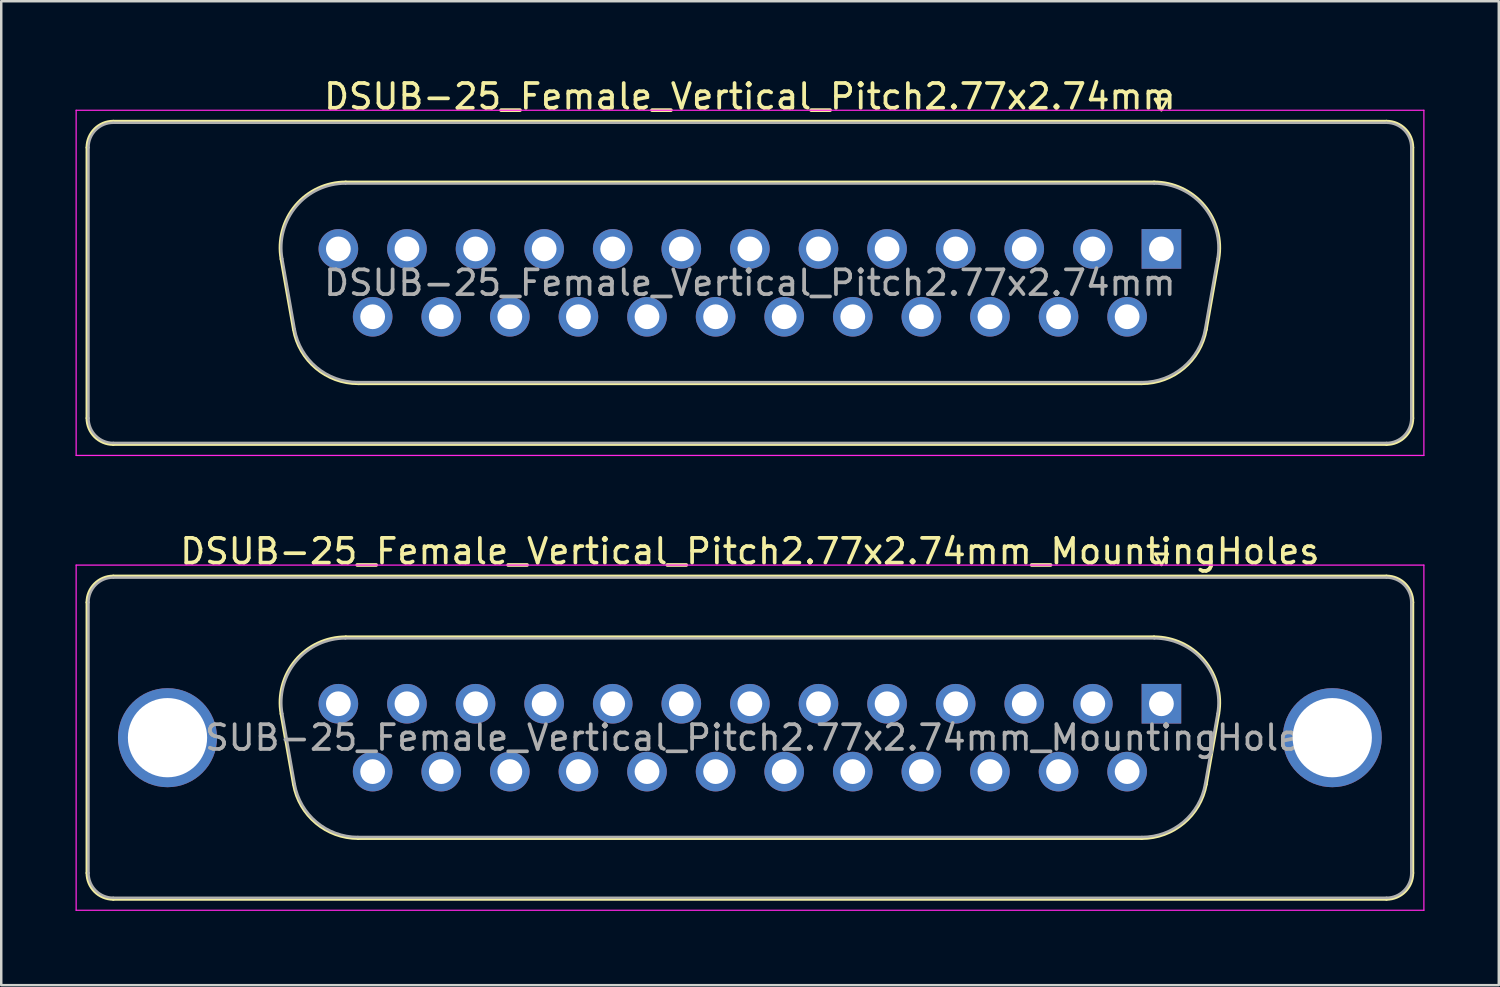
<source format=kicad_pcb>
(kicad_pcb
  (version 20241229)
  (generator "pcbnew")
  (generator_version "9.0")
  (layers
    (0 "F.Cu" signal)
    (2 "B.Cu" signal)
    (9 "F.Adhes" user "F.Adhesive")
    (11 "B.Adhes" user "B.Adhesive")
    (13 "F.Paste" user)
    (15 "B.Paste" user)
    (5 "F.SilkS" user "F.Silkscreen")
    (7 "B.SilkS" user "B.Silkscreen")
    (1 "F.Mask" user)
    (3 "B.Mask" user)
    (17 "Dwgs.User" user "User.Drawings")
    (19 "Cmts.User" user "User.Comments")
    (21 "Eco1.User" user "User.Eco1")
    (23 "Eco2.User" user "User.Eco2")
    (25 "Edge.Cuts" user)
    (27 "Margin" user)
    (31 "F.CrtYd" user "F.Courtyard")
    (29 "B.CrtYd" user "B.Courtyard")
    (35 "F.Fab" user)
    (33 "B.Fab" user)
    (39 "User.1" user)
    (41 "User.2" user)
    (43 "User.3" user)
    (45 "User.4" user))
  (footprint "DSUB-25_Female_Vertical_Pitch2.77x2.74mm"
    (layer "F.Cu")
    (at 43.855 7.003)
    (property "Reference" "DSUB-25_Female_Vertical_Pitch2.77x2.74mm" (at -16.62 -6.155 0) (layer "F.SilkS") (effects (font (size 1 1) (thickness 0.15))))
    (attr through_hole)
    (fp_line (start -43.39 6.835) (end -43.39 -4.095) (stroke (width 0.12) (type solid)) (layer "F.SilkS"))
    (fp_line (start -42.33 -5.155) (end 9.09 -5.155) (stroke (width 0.12) (type solid)) (layer "F.SilkS"))
    (fp_line (start -35.552 0.41) (end -35.051 3.25) (stroke (width 0.12) (type solid)) (layer "F.SilkS"))
    (fp_line (start -32.942 -2.7) (end -0.298 -2.7) (stroke (width 0.12) (type solid)) (layer "F.SilkS"))
    (fp_line (start -32.441 5.44) (end -0.799 5.44) (stroke (width 0.12) (type solid)) (layer "F.SilkS"))
    (fp_line (start -0.25 -6.049) (end 0.25 -6.049) (stroke (width 0.12) (type solid)) (layer "F.SilkS"))
    (fp_line (start 0 -5.616) (end -0.25 -6.049) (stroke (width 0.12) (type solid)) (layer "F.SilkS"))
    (fp_line (start 0.25 -6.049) (end 0 -5.616) (stroke (width 0.12) (type solid)) (layer "F.SilkS"))
    (fp_line (start 2.312 0.41) (end 1.811 3.25) (stroke (width 0.12) (type solid)) (layer "F.SilkS"))
    (fp_line (start 9.09 7.895) (end -42.33 7.895) (stroke (width 0.12) (type solid)) (layer "F.SilkS"))
    (fp_line (start 10.15 -4.095) (end 10.15 6.835) (stroke (width 0.12) (type solid)) (layer "F.SilkS"))
    (fp_arc (start -43.39 -4.095) (mid -43.079533 -4.844533) (end -42.33 -5.155) (stroke (width 0.12) (type solid)) (layer "F.SilkS"))
    (fp_arc (start -42.33 7.895) (mid -43.079533 7.584533) (end -43.39 6.835) (stroke (width 0.12) (type solid)) (layer "F.SilkS"))
    (fp_arc (start -35.551594 0.410168) (mid -34.971871 -1.753387) (end -32.941853 -2.7) (stroke (width 0.12) (type solid)) (layer "F.SilkS"))
    (fp_arc (start -32.441084 5.44) (mid -34.144471 4.820018) (end -35.050825 3.250168) (stroke (width 0.12) (type solid)) (layer "F.SilkS"))
    (fp_arc (start -0.298147 -2.7) (mid 1.731871 -1.753387) (end 2.311594 0.410168) (stroke (width 0.12) (type solid)) (layer "F.SilkS"))
    (fp_arc (start 1.810825 3.250168) (mid 0.904471 4.820018) (end -0.798916 5.44) (stroke (width 0.12) (type solid)) (layer "F.SilkS"))
    (fp_arc (start 9.09 -5.155) (mid 9.839533 -4.844533) (end 10.15 -4.095) (stroke (width 0.12) (type solid)) (layer "F.SilkS"))
    (fp_arc (start 10.15 6.835) (mid 9.839533 7.584533) (end 9.09 7.895) (stroke (width 0.12) (type solid)) (layer "F.SilkS"))
    (fp_line (start -43.83 -5.6) (end -43.83 8.34) (stroke (width 0.05) (type solid)) (layer "F.CrtYd"))
    (fp_line (start -43.83 8.34) (end 10.6 8.34) (stroke (width 0.05) (type solid)) (layer "F.CrtYd"))
    (fp_line (start 10.6 -5.6) (end -43.83 -5.6) (stroke (width 0.05) (type solid)) (layer "F.CrtYd"))
    (fp_line (start 10.6 8.34) (end 10.6 -5.6) (stroke (width 0.05) (type solid)) (layer "F.CrtYd"))
    (fp_line (start -43.33 6.835) (end -43.33 -4.095) (stroke (width 0.1) (type solid)) (layer "F.Fab"))
    (fp_line (start -42.33 -5.095) (end 9.09 -5.095) (stroke (width 0.1) (type solid)) (layer "F.Fab"))
    (fp_line (start -35.504 0.4) (end -35.003 3.24) (stroke (width 0.1) (type solid)) (layer "F.Fab"))
    (fp_line (start -32.953 -2.64) (end -0.287 -2.64) (stroke (width 0.1) (type solid)) (layer "F.Fab"))
    (fp_line (start -32.453 5.38) (end -0.787 5.38) (stroke (width 0.1) (type solid)) (layer "F.Fab"))
    (fp_line (start 2.264 0.4) (end 1.763 3.24) (stroke (width 0.1) (type solid)) (layer "F.Fab"))
    (fp_line (start 9.09 7.835) (end -42.33 7.835) (stroke (width 0.1) (type solid)) (layer "F.Fab"))
    (fp_line (start 10.09 -4.095) (end 10.09 6.835) (stroke (width 0.1) (type solid)) (layer "F.Fab"))
    (fp_arc (start -43.33 -4.095) (mid -43.037107 -4.802107) (end -42.33 -5.095) (stroke (width 0.1) (type solid)) (layer "F.Fab"))
    (fp_arc (start -42.33 7.835) (mid -43.037107 7.542107) (end -43.33 6.835) (stroke (width 0.1) (type solid)) (layer "F.Fab"))
    (fp_arc (start -35.50401 0.399749) (mid -34.937413 -1.71482) (end -32.953358 -2.64) (stroke (width 0.1) (type solid)) (layer "F.Fab"))
    (fp_arc (start -32.45259 5.38) (mid -34.11741 4.774055) (end -35.003242 3.239749) (stroke (width 0.1) (type solid)) (layer "F.Fab"))
    (fp_arc (start -0.286642 -2.64) (mid 1.697413 -1.71482) (end 2.26401 0.399749) (stroke (width 0.1) (type solid)) (layer "F.Fab"))
    (fp_arc (start 1.763242 3.239749) (mid 0.87741 4.774055) (end -0.78741 5.38) (stroke (width 0.1) (type solid)) (layer "F.Fab"))
    (fp_arc (start 9.09 -5.095) (mid 9.797107 -4.802107) (end 10.09 -4.095) (stroke (width 0.1) (type solid)) (layer "F.Fab"))
    (fp_arc (start 10.09 6.835) (mid 9.797107 7.542107) (end 9.09 7.835) (stroke (width 0.1) (type solid)) (layer "F.Fab"))
    (fp_text user "${REFERENCE}" (at -16.62 1.37 0) (layer "F.Fab") (effects (font (size 1 1) (thickness 0.15))))
    (pad "1" thru_hole rect (at 0 0) (size 1.6 1.6) (drill 1) (layers "*.Cu" "*.Mask"))
    (pad "2" thru_hole circle (at -2.77 0) (size 1.6 1.6) (drill 1) (layers "*.Cu" "*.Mask"))
    (pad "3" thru_hole circle (at -5.54 0) (size 1.6 1.6) (drill 1) (layers "*.Cu" "*.Mask"))
    (pad "4" thru_hole circle (at -8.31 0) (size 1.6 1.6) (drill 1) (layers "*.Cu" "*.Mask"))
    (pad "5" thru_hole circle (at -11.08 0) (size 1.6 1.6) (drill 1) (layers "*.Cu" "*.Mask"))
    (pad "6" thru_hole circle (at -13.85 0) (size 1.6 1.6) (drill 1) (layers "*.Cu" "*.Mask"))
    (pad "7" thru_hole circle (at -16.62 0) (size 1.6 1.6) (drill 1) (layers "*.Cu" "*.Mask"))
    (pad "8" thru_hole circle (at -19.39 0) (size 1.6 1.6) (drill 1) (layers "*.Cu" "*.Mask"))
    (pad "9" thru_hole circle (at -22.16 0) (size 1.6 1.6) (drill 1) (layers "*.Cu" "*.Mask"))
    (pad "10" thru_hole circle (at -24.93 0) (size 1.6 1.6) (drill 1) (layers "*.Cu" "*.Mask"))
    (pad "11" thru_hole circle (at -27.7 0) (size 1.6 1.6) (drill 1) (layers "*.Cu" "*.Mask"))
    (pad "12" thru_hole circle (at -30.47 0) (size 1.6 1.6) (drill 1) (layers "*.Cu" "*.Mask"))
    (pad "13" thru_hole circle (at -33.24 0) (size 1.6 1.6) (drill 1) (layers "*.Cu" "*.Mask"))
    (pad "14" thru_hole circle (at -1.385 2.74) (size 1.6 1.6) (drill 1) (layers "*.Cu" "*.Mask"))
    (pad "15" thru_hole circle (at -4.155 2.74) (size 1.6 1.6) (drill 1) (layers "*.Cu" "*.Mask"))
    (pad "16" thru_hole circle (at -6.925 2.74) (size 1.6 1.6) (drill 1) (layers "*.Cu" "*.Mask"))
    (pad "17" thru_hole circle (at -9.695 2.74) (size 1.6 1.6) (drill 1) (layers "*.Cu" "*.Mask"))
    (pad "18" thru_hole circle (at -12.465 2.74) (size 1.6 1.6) (drill 1) (layers "*.Cu" "*.Mask"))
    (pad "19" thru_hole circle (at -15.235 2.74) (size 1.6 1.6) (drill 1) (layers "*.Cu" "*.Mask"))
    (pad "20" thru_hole circle (at -18.005 2.74) (size 1.6 1.6) (drill 1) (layers "*.Cu" "*.Mask"))
    (pad "21" thru_hole circle (at -20.775 2.74) (size 1.6 1.6) (drill 1) (layers "*.Cu" "*.Mask"))
    (pad "22" thru_hole circle (at -23.545 2.74) (size 1.6 1.6) (drill 1) (layers "*.Cu" "*.Mask"))
    (pad "23" thru_hole circle (at -26.315 2.74) (size 1.6 1.6) (drill 1) (layers "*.Cu" "*.Mask"))
    (pad "24" thru_hole circle (at -29.085 2.74) (size 1.6 1.6) (drill 1) (layers "*.Cu" "*.Mask"))
    (pad "25" thru_hole circle (at -31.855 2.74) (size 1.6 1.6) (drill 1) (layers "*.Cu" "*.Mask")))
  (footprint "DSUB-25_Female_Vertical_Pitch2.77x2.74mm_MountingHoles"
    (layer "F.Cu")
    (at 43.855 25.372)
    (property "Reference" "DSUB-25_Female_Vertical_Pitch2.77x2.74mm_MountingHoles" (at -16.62 -6.155 0) (layer "F.SilkS") (effects (font (size 1 1) (thickness 0.15))))
    (attr through_hole)
    (fp_line (start -43.39 6.835) (end -43.39 -4.095) (stroke (width 0.12) (type solid)) (layer "F.SilkS"))
    (fp_line (start -42.33 -5.155) (end 9.09 -5.155) (stroke (width 0.12) (type solid)) (layer "F.SilkS"))
    (fp_line (start -35.552 0.41) (end -35.051 3.25) (stroke (width 0.12) (type solid)) (layer "F.SilkS"))
    (fp_line (start -32.942 -2.7) (end -0.298 -2.7) (stroke (width 0.12) (type solid)) (layer "F.SilkS"))
    (fp_line (start -32.441 5.44) (end -0.799 5.44) (stroke (width 0.12) (type solid)) (layer "F.SilkS"))
    (fp_line (start -0.25 -6.049) (end 0.25 -6.049) (stroke (width 0.12) (type solid)) (layer "F.SilkS"))
    (fp_line (start 0 -5.616) (end -0.25 -6.049) (stroke (width 0.12) (type solid)) (layer "F.SilkS"))
    (fp_line (start 0.25 -6.049) (end 0 -5.616) (stroke (width 0.12) (type solid)) (layer "F.SilkS"))
    (fp_line (start 2.312 0.41) (end 1.811 3.25) (stroke (width 0.12) (type solid)) (layer "F.SilkS"))
    (fp_line (start 9.09 7.895) (end -42.33 7.895) (stroke (width 0.12) (type solid)) (layer "F.SilkS"))
    (fp_line (start 10.15 -4.095) (end 10.15 6.835) (stroke (width 0.12) (type solid)) (layer "F.SilkS"))
    (fp_arc (start -43.39 -4.095) (mid -43.079533 -4.844533) (end -42.33 -5.155) (stroke (width 0.12) (type solid)) (layer "F.SilkS"))
    (fp_arc (start -42.33 7.895) (mid -43.079533 7.584533) (end -43.39 6.835) (stroke (width 0.12) (type solid)) (layer "F.SilkS"))
    (fp_arc (start -35.551594 0.410168) (mid -34.971871 -1.753387) (end -32.941853 -2.7) (stroke (width 0.12) (type solid)) (layer "F.SilkS"))
    (fp_arc (start -32.441084 5.44) (mid -34.144471 4.820018) (end -35.050825 3.250168) (stroke (width 0.12) (type solid)) (layer "F.SilkS"))
    (fp_arc (start -0.298147 -2.7) (mid 1.731871 -1.753387) (end 2.311594 0.410168) (stroke (width 0.12) (type solid)) (layer "F.SilkS"))
    (fp_arc (start 1.810825 3.250168) (mid 0.904471 4.820018) (end -0.798916 5.44) (stroke (width 0.12) (type solid)) (layer "F.SilkS"))
    (fp_arc (start 9.09 -5.155) (mid 9.839533 -4.844533) (end 10.15 -4.095) (stroke (width 0.12) (type solid)) (layer "F.SilkS"))
    (fp_arc (start 10.15 6.835) (mid 9.839533 7.584533) (end 9.09 7.895) (stroke (width 0.12) (type solid)) (layer "F.SilkS"))
    (fp_line (start -43.83 -5.6) (end -43.83 8.34) (stroke (width 0.05) (type solid)) (layer "F.CrtYd"))
    (fp_line (start -43.83 8.34) (end 10.6 8.34) (stroke (width 0.05) (type solid)) (layer "F.CrtYd"))
    (fp_line (start 10.6 -5.6) (end -43.83 -5.6) (stroke (width 0.05) (type solid)) (layer "F.CrtYd"))
    (fp_line (start 10.6 8.34) (end 10.6 -5.6) (stroke (width 0.05) (type solid)) (layer "F.CrtYd"))
    (fp_line (start -43.33 6.835) (end -43.33 -4.095) (stroke (width 0.1) (type solid)) (layer "F.Fab"))
    (fp_line (start -42.33 -5.095) (end 9.09 -5.095) (stroke (width 0.1) (type solid)) (layer "F.Fab"))
    (fp_line (start -35.504 0.4) (end -35.003 3.24) (stroke (width 0.1) (type solid)) (layer "F.Fab"))
    (fp_line (start -32.953 -2.64) (end -0.287 -2.64) (stroke (width 0.1) (type solid)) (layer "F.Fab"))
    (fp_line (start -32.453 5.38) (end -0.787 5.38) (stroke (width 0.1) (type solid)) (layer "F.Fab"))
    (fp_line (start 2.264 0.4) (end 1.763 3.24) (stroke (width 0.1) (type solid)) (layer "F.Fab"))
    (fp_line (start 9.09 7.835) (end -42.33 7.835) (stroke (width 0.1) (type solid)) (layer "F.Fab"))
    (fp_line (start 10.09 -4.095) (end 10.09 6.835) (stroke (width 0.1) (type solid)) (layer "F.Fab"))
    (fp_arc (start -43.33 -4.095) (mid -43.037107 -4.802107) (end -42.33 -5.095) (stroke (width 0.1) (type solid)) (layer "F.Fab"))
    (fp_arc (start -42.33 7.835) (mid -43.037107 7.542107) (end -43.33 6.835) (stroke (width 0.1) (type solid)) (layer "F.Fab"))
    (fp_arc (start -35.50401 0.399749) (mid -34.937413 -1.71482) (end -32.953358 -2.64) (stroke (width 0.1) (type solid)) (layer "F.Fab"))
    (fp_arc (start -32.45259 5.38) (mid -34.11741 4.774055) (end -35.003242 3.239749) (stroke (width 0.1) (type solid)) (layer "F.Fab"))
    (fp_arc (start -0.286642 -2.64) (mid 1.697413 -1.71482) (end 2.26401 0.399749) (stroke (width 0.1) (type solid)) (layer "F.Fab"))
    (fp_arc (start 1.763242 3.239749) (mid 0.87741 4.774055) (end -0.78741 5.38) (stroke (width 0.1) (type solid)) (layer "F.Fab"))
    (fp_arc (start 9.09 -5.095) (mid 9.797107 -4.802107) (end 10.09 -4.095) (stroke (width 0.1) (type solid)) (layer "F.Fab"))
    (fp_arc (start 10.09 6.835) (mid 9.797107 7.542107) (end 9.09 7.835) (stroke (width 0.1) (type solid)) (layer "F.Fab"))
    (fp_text user "${REFERENCE}" (at -16.62 1.37 0) (layer "F.Fab") (effects (font (size 1 1) (thickness 0.15))))
    (pad "0" thru_hole circle (at -40.14 1.37) (size 4 4) (drill 3.2) (layers "*.Cu" "*.Mask"))
    (pad "0" thru_hole circle (at 6.9 1.37) (size 4 4) (drill 3.2) (layers "*.Cu" "*.Mask"))
    (pad "1" thru_hole rect (at 0 0) (size 1.6 1.6) (drill 1) (layers "*.Cu" "*.Mask"))
    (pad "2" thru_hole circle (at -2.77 0) (size 1.6 1.6) (drill 1) (layers "*.Cu" "*.Mask"))
    (pad "3" thru_hole circle (at -5.54 0) (size 1.6 1.6) (drill 1) (layers "*.Cu" "*.Mask"))
    (pad "4" thru_hole circle (at -8.31 0) (size 1.6 1.6) (drill 1) (layers "*.Cu" "*.Mask"))
    (pad "5" thru_hole circle (at -11.08 0) (size 1.6 1.6) (drill 1) (layers "*.Cu" "*.Mask"))
    (pad "6" thru_hole circle (at -13.85 0) (size 1.6 1.6) (drill 1) (layers "*.Cu" "*.Mask"))
    (pad "7" thru_hole circle (at -16.62 0) (size 1.6 1.6) (drill 1) (layers "*.Cu" "*.Mask"))
    (pad "8" thru_hole circle (at -19.39 0) (size 1.6 1.6) (drill 1) (layers "*.Cu" "*.Mask"))
    (pad "9" thru_hole circle (at -22.16 0) (size 1.6 1.6) (drill 1) (layers "*.Cu" "*.Mask"))
    (pad "10" thru_hole circle (at -24.93 0) (size 1.6 1.6) (drill 1) (layers "*.Cu" "*.Mask"))
    (pad "11" thru_hole circle (at -27.7 0) (size 1.6 1.6) (drill 1) (layers "*.Cu" "*.Mask"))
    (pad "12" thru_hole circle (at -30.47 0) (size 1.6 1.6) (drill 1) (layers "*.Cu" "*.Mask"))
    (pad "13" thru_hole circle (at -33.24 0) (size 1.6 1.6) (drill 1) (layers "*.Cu" "*.Mask"))
    (pad "14" thru_hole circle (at -1.385 2.74) (size 1.6 1.6) (drill 1) (layers "*.Cu" "*.Mask"))
    (pad "15" thru_hole circle (at -4.155 2.74) (size 1.6 1.6) (drill 1) (layers "*.Cu" "*.Mask"))
    (pad "16" thru_hole circle (at -6.925 2.74) (size 1.6 1.6) (drill 1) (layers "*.Cu" "*.Mask"))
    (pad "17" thru_hole circle (at -9.695 2.74) (size 1.6 1.6) (drill 1) (layers "*.Cu" "*.Mask"))
    (pad "18" thru_hole circle (at -12.465 2.74) (size 1.6 1.6) (drill 1) (layers "*.Cu" "*.Mask"))
    (pad "19" thru_hole circle (at -15.235 2.74) (size 1.6 1.6) (drill 1) (layers "*.Cu" "*.Mask"))
    (pad "20" thru_hole circle (at -18.005 2.74) (size 1.6 1.6) (drill 1) (layers "*.Cu" "*.Mask"))
    (pad "21" thru_hole circle (at -20.775 2.74) (size 1.6 1.6) (drill 1) (layers "*.Cu" "*.Mask"))
    (pad "22" thru_hole circle (at -23.545 2.74) (size 1.6 1.6) (drill 1) (layers "*.Cu" "*.Mask"))
    (pad "23" thru_hole circle (at -26.315 2.74) (size 1.6 1.6) (drill 1) (layers "*.Cu" "*.Mask"))
    (pad "24" thru_hole circle (at -29.085 2.74) (size 1.6 1.6) (drill 1) (layers "*.Cu" "*.Mask"))
    (pad "25" thru_hole circle (at -31.855 2.74) (size 1.6 1.6) (drill 1) (layers "*.Cu" "*.Mask")))
  (gr_rect
    (start -3 -3)
    (end 57.48 36.736)
    (stroke (width 0.1) (type default))
    (fill no)
    (layer "Edge.Cuts")))
</source>
